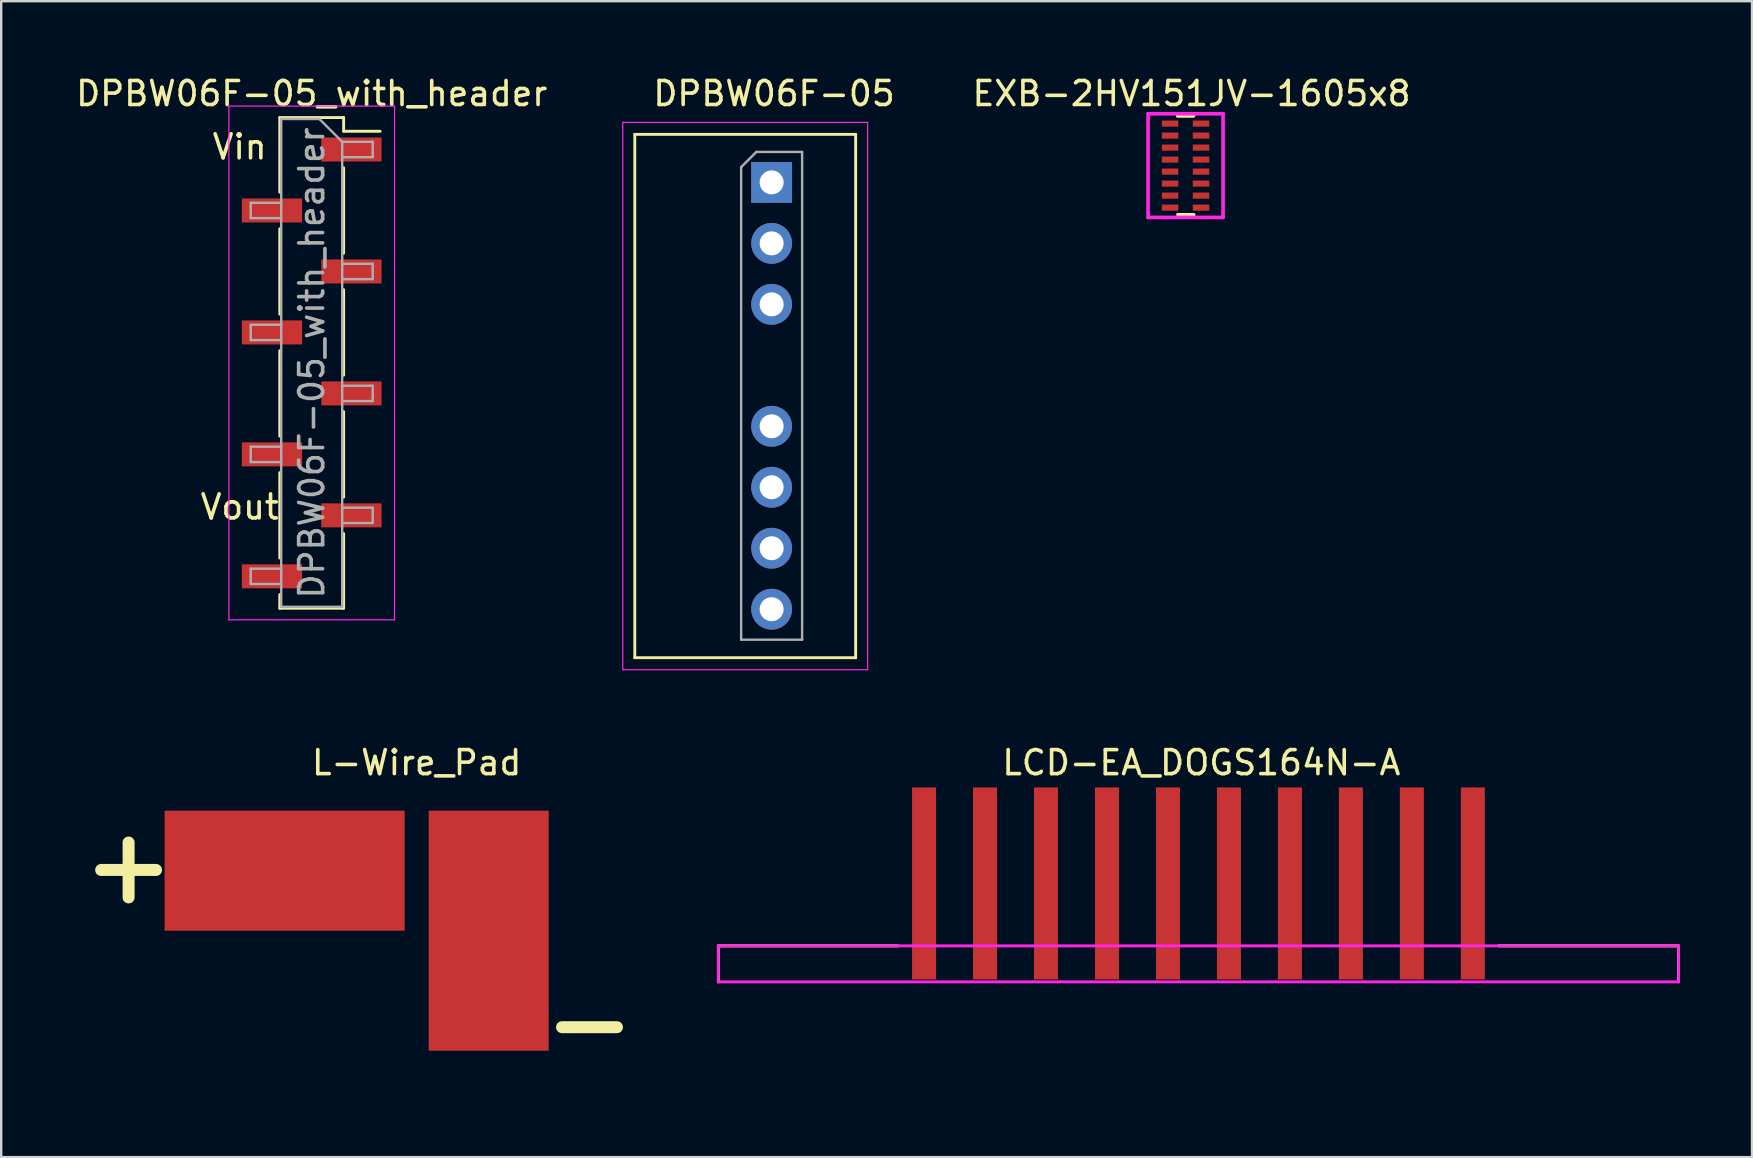
<source format=kicad_pcb>
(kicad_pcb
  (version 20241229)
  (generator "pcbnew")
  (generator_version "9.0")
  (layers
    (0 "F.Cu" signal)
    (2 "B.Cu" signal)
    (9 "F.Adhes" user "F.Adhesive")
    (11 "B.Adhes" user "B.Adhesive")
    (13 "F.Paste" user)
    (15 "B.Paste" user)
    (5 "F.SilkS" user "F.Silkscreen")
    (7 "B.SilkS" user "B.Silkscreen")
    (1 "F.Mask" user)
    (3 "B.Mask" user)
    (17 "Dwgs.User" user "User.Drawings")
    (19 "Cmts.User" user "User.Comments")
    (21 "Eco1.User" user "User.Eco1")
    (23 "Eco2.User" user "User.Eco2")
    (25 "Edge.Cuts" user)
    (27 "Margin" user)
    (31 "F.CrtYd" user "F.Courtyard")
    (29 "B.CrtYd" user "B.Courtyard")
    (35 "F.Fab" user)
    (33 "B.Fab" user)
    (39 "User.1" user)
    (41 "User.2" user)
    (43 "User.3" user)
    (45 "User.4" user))
  (footprint "LCD-EA_DOGS164N-A"
    (layer "F.Cu")
    (at 46.874 36.352)
    (property "Reference" "LCD-EA_DOGS164N-A" (at 0.12 -7.63 180) (layer "F.SilkS") (effects (font (size 1 1) (thickness 0.15))))
    (attr smd)
    (fp_line (start -20 0) (end -20 1.5) (stroke (width 0.12) (type solid)) (layer "F.SilkS"))
    (fp_line (start -12.5 0) (end -20 0) (stroke (width 0.12) (type solid)) (layer "F.SilkS"))
    (fp_line (start 12.5 0) (end 20 0) (stroke (width 0.12) (type solid)) (layer "F.SilkS"))
    (fp_line (start 20 0) (end 20 1.5) (stroke (width 0.12) (type solid)) (layer "F.SilkS"))
    (fp_line (start -20 0) (end 20 0) (stroke (width 0.12) (type solid)) (layer "F.CrtYd"))
    (fp_line (start -20 1.5) (end -20 0) (stroke (width 0.12) (type solid)) (layer "F.CrtYd"))
    (fp_line (start -20 1.5) (end 20 1.5) (stroke (width 0.12) (type solid)) (layer "F.CrtYd"))
    (fp_line (start 20 0) (end 20 1.5) (stroke (width 0.12) (type solid)) (layer "F.CrtYd"))
    (pad "11" smd rect (at -11.43 -2.6) (size 1 8) (layers "F.Cu" "F.Mask" "F.Paste"))
    (pad "12" smd rect (at -8.89 -2.6) (size 1 8) (layers "F.Cu" "F.Mask" "F.Paste"))
    (pad "13" smd rect (at -6.35 -2.6) (size 1 8) (layers "F.Cu" "F.Mask" "F.Paste"))
    (pad "14" smd rect (at -3.81 -2.6) (size 1 8) (layers "F.Cu" "F.Mask" "F.Paste"))
    (pad "15" smd rect (at -1.27 -2.6) (size 1 8) (layers "F.Cu" "F.Mask" "F.Paste"))
    (pad "16" smd rect (at 1.27 -2.6) (size 1 8) (layers "F.Cu" "F.Mask" "F.Paste"))
    (pad "17" smd rect (at 3.81 -2.6) (size 1 8) (layers "F.Cu" "F.Mask" "F.Paste"))
    (pad "18" smd rect (at 6.35 -2.6) (size 1 8) (layers "F.Cu" "F.Mask" "F.Paste"))
    (pad "19" smd rect (at 8.89 -2.6) (size 1 8) (layers "F.Cu" "F.Mask" "F.Paste"))
    (pad "20" smd rect (at 11.43 -2.6) (size 1 8) (layers "F.Cu" "F.Mask" "F.Paste")))
  (footprint "EXB-2HV151JV-1605x8"
    (layer "F.Cu")
    (at 46.337 3.848)
    (property "Reference" "EXB-2HV151JV-1605x8" (at 0.25 -3 0) (layer "F.SilkS") (effects (font (size 1 1) (thickness 0.15))))
    (attr through_hole)
    (fp_line (start -0.316 2.05) (end 0.34 2.05) (stroke (width 0.152) (type solid)) (layer "F.SilkS"))
    (fp_line (start 0.328 -2.07) (end -0.328 -2.07) (stroke (width 0.152) (type solid)) (layer "F.SilkS"))
    (fp_line (start -1.562 -2.159) (end 1.562 -2.159) (stroke (width 0.152) (type solid)) (layer "F.CrtYd"))
    (fp_line (start -1.562 2.159) (end -1.562 -2.159) (stroke (width 0.152) (type solid)) (layer "F.CrtYd"))
    (fp_line (start 1.562 -2.159) (end 1.562 2.159) (stroke (width 0.152) (type solid)) (layer "F.CrtYd"))
    (fp_line (start 1.562 2.159) (end -1.562 2.159) (stroke (width 0.152) (type solid)) (layer "F.CrtYd"))
    (pad "1" smd rect (at -0.645 -1.75) (size 0.686 0.254) (layers "F.Cu" "F.Mask" "F.Paste"))
    (pad "2" smd rect (at -0.645 -1.25) (size 0.686 0.254) (layers "F.Cu" "F.Mask" "F.Paste"))
    (pad "3" smd rect (at -0.645 -0.75) (size 0.686 0.254) (layers "F.Cu" "F.Mask" "F.Paste"))
    (pad "4" smd rect (at -0.645 -0.25) (size 0.686 0.254) (layers "F.Cu" "F.Mask" "F.Paste"))
    (pad "5" smd rect (at -0.645 0.25) (size 0.686 0.254) (layers "F.Cu" "F.Mask" "F.Paste"))
    (pad "6" smd rect (at -0.645 0.75) (size 0.686 0.254) (layers "F.Cu" "F.Mask" "F.Paste"))
    (pad "7" smd rect (at -0.645 1.25) (size 0.686 0.254) (layers "F.Cu" "F.Mask" "F.Paste"))
    (pad "8" smd rect (at -0.645 1.75) (size 0.686 0.254) (layers "F.Cu" "F.Mask" "F.Paste"))
    (pad "9" smd rect (at 0.645 1.75) (size 0.686 0.254) (layers "F.Cu" "F.Mask" "F.Paste"))
    (pad "10" smd rect (at 0.645 1.25) (size 0.686 0.254) (layers "F.Cu" "F.Mask" "F.Paste"))
    (pad "11" smd rect (at 0.645 0.75) (size 0.686 0.254) (layers "F.Cu" "F.Mask" "F.Paste"))
    (pad "12" smd rect (at 0.645 0.25) (size 0.686 0.254) (layers "F.Cu" "F.Mask" "F.Paste"))
    (pad "13" smd rect (at 0.645 -0.25) (size 0.686 0.254) (layers "F.Cu" "F.Mask" "F.Paste"))
    (pad "14" smd rect (at 0.645 -0.75) (size 0.686 0.254) (layers "F.Cu" "F.Mask" "F.Paste"))
    (pad "15" smd rect (at 0.645 -1.25) (size 0.686 0.254) (layers "F.Cu" "F.Mask" "F.Paste"))
    (pad "16" smd rect (at 0.645 -1.75) (size 0.686 0.254) (layers "F.Cu" "F.Mask" "F.Paste")))
  (footprint "DPBW06F-05"
    (layer "F.Cu")
    (at 29.094 4.548)
    (property "Reference" "DPBW06F-05" (at 0.1 -3.7 0) (layer "F.SilkS") (effects (font (size 1 1) (thickness 0.15))))
    (attr through_hole)
    (fp_line (start -5.7 19.8) (end -5.7 -2) (stroke (width 0.12) (type solid)) (layer "F.SilkS"))
    (fp_line (start 3.5 -2) (end -5.7 -2) (stroke (width 0.12) (type solid)) (layer "F.SilkS"))
    (fp_line (start 3.5 19.8) (end -5.7 19.8) (stroke (width 0.12) (type solid)) (layer "F.SilkS"))
    (fp_line (start 3.5 19.8) (end 3.5 -2) (stroke (width 0.12) (type solid)) (layer "F.SilkS"))
    (fp_line (start -6.2 -2.5) (end 4 -2.5) (stroke (width 0.05) (type solid)) (layer "F.CrtYd"))
    (fp_line (start -6.2 20.3) (end -6.2 -2.5) (stroke (width 0.05) (type solid)) (layer "F.CrtYd"))
    (fp_line (start -6.2 20.3) (end 4 20.3) (stroke (width 0.05) (type solid)) (layer "F.CrtYd"))
    (fp_line (start 4 20.3) (end 4 -2.5) (stroke (width 0.05) (type solid)) (layer "F.CrtYd"))
    (fp_line (start -1.27 -0.635) (end -0.635 -1.27) (stroke (width 0.1) (type solid)) (layer "F.Fab"))
    (fp_line (start -1.27 19.05) (end -1.27 -0.635) (stroke (width 0.1) (type solid)) (layer "F.Fab"))
    (fp_line (start -0.635 -1.27) (end 1.27 -1.27) (stroke (width 0.1) (type solid)) (layer "F.Fab"))
    (fp_line (start 1.27 -1.27) (end 1.27 19.05) (stroke (width 0.1) (type solid)) (layer "F.Fab"))
    (fp_line (start 1.27 19.05) (end -1.27 19.05) (stroke (width 0.1) (type solid)) (layer "F.Fab"))
    (pad "1" thru_hole rect (at 0 0) (size 1.7 1.7) (drill 1) (layers "*.Cu" "*.Mask"))
    (pad "2" thru_hole oval (at 0 2.54) (size 1.7 1.7) (drill 1) (layers "*.Cu" "*.Mask"))
    (pad "3" thru_hole oval (at 0 5.08) (size 1.7 1.7) (drill 1) (layers "*.Cu" "*.Mask"))
    (pad "5" thru_hole oval (at 0 10.16) (size 1.7 1.7) (drill 1) (layers "*.Cu" "*.Mask"))
    (pad "6" thru_hole oval (at 0 12.7) (size 1.7 1.7) (drill 1) (layers "*.Cu" "*.Mask"))
    (pad "7" thru_hole oval (at 0 15.24) (size 1.7 1.7) (drill 1) (layers "*.Cu" "*.Mask"))
    (pad "8" thru_hole oval (at 0 17.78) (size 1.7 1.7) (drill 1) (layers "*.Cu" "*.Mask")))
  (footprint "DPBW06F-05_with_header"
    (layer "F.Cu")
    (at 9.935 12.068)
    (property "Reference" "DPBW06F-05_with_header" (at 0 -11.22 0) (layer "F.SilkS") (effects (font (size 1 1) (thickness 0.15))))
    (attr smd)
    (fp_line (start -1.33 -10.22) (end -1.33 -7.11) (stroke (width 0.12) (type solid)) (layer "F.SilkS"))
    (fp_line (start -1.33 -10.22) (end 1.33 -10.22) (stroke (width 0.12) (type solid)) (layer "F.SilkS"))
    (fp_line (start -1.33 -5.59) (end -1.33 -2.03) (stroke (width 0.12) (type solid)) (layer "F.SilkS"))
    (fp_line (start -1.33 -0.51) (end -1.33 3.05) (stroke (width 0.12) (type solid)) (layer "F.SilkS"))
    (fp_line (start -1.33 4.57) (end -1.33 8.13) (stroke (width 0.12) (type solid)) (layer "F.SilkS"))
    (fp_line (start -1.33 9.65) (end -1.33 10.22) (stroke (width 0.12) (type solid)) (layer "F.SilkS"))
    (fp_line (start -1.33 10.22) (end 1.33 10.22) (stroke (width 0.12) (type solid)) (layer "F.SilkS"))
    (fp_line (start 1.33 -10.22) (end 1.33 -9.65) (stroke (width 0.12) (type solid)) (layer "F.SilkS"))
    (fp_line (start 1.33 -9.65) (end 2.85 -9.65) (stroke (width 0.12) (type solid)) (layer "F.SilkS"))
    (fp_line (start 1.33 -8.13) (end 1.33 -4.57) (stroke (width 0.12) (type solid)) (layer "F.SilkS"))
    (fp_line (start 1.33 -3.05) (end 1.33 0.51) (stroke (width 0.12) (type solid)) (layer "F.SilkS"))
    (fp_line (start 1.33 2.03) (end 1.33 5.59) (stroke (width 0.12) (type solid)) (layer "F.SilkS"))
    (fp_line (start 1.33 7.11) (end 1.33 10.22) (stroke (width 0.12) (type solid)) (layer "F.SilkS"))
    (fp_line (start -3.45 -10.7) (end -3.45 10.7) (stroke (width 0.05) (type solid)) (layer "F.CrtYd"))
    (fp_line (start -3.45 10.7) (end 3.45 10.7) (stroke (width 0.05) (type solid)) (layer "F.CrtYd"))
    (fp_line (start 3.45 -10.7) (end -3.45 -10.7) (stroke (width 0.05) (type solid)) (layer "F.CrtYd"))
    (fp_line (start 3.45 10.7) (end 3.45 -10.7) (stroke (width 0.05) (type solid)) (layer "F.CrtYd"))
    (fp_line (start -2.54 -6.67) (end -2.54 -6.03) (stroke (width 0.1) (type solid)) (layer "F.Fab"))
    (fp_line (start -2.54 -6.03) (end -1.27 -6.03) (stroke (width 0.1) (type solid)) (layer "F.Fab"))
    (fp_line (start -2.54 -1.59) (end -2.54 -0.95) (stroke (width 0.1) (type solid)) (layer "F.Fab"))
    (fp_line (start -2.54 -0.95) (end -1.27 -0.95) (stroke (width 0.1) (type solid)) (layer "F.Fab"))
    (fp_line (start -2.54 3.49) (end -2.54 4.13) (stroke (width 0.1) (type solid)) (layer "F.Fab"))
    (fp_line (start -2.54 4.13) (end -1.27 4.13) (stroke (width 0.1) (type solid)) (layer "F.Fab"))
    (fp_line (start -2.54 8.57) (end -2.54 9.21) (stroke (width 0.1) (type solid)) (layer "F.Fab"))
    (fp_line (start -2.54 9.21) (end -1.27 9.21) (stroke (width 0.1) (type solid)) (layer "F.Fab"))
    (fp_line (start -1.27 -10.16) (end -1.27 10.16) (stroke (width 0.1) (type solid)) (layer "F.Fab"))
    (fp_line (start -1.27 -10.16) (end 0.32 -10.16) (stroke (width 0.1) (type solid)) (layer "F.Fab"))
    (fp_line (start -1.27 -6.67) (end -2.54 -6.67) (stroke (width 0.1) (type solid)) (layer "F.Fab"))
    (fp_line (start -1.27 -1.59) (end -2.54 -1.59) (stroke (width 0.1) (type solid)) (layer "F.Fab"))
    (fp_line (start -1.27 3.49) (end -2.54 3.49) (stroke (width 0.1) (type solid)) (layer "F.Fab"))
    (fp_line (start -1.27 8.57) (end -2.54 8.57) (stroke (width 0.1) (type solid)) (layer "F.Fab"))
    (fp_line (start 1.27 -9.21) (end 0.32 -10.16) (stroke (width 0.1) (type solid)) (layer "F.Fab"))
    (fp_line (start 1.27 -9.21) (end 2.54 -9.21) (stroke (width 0.1) (type solid)) (layer "F.Fab"))
    (fp_line (start 1.27 -4.13) (end 2.54 -4.13) (stroke (width 0.1) (type solid)) (layer "F.Fab"))
    (fp_line (start 1.27 0.95) (end 2.54 0.95) (stroke (width 0.1) (type solid)) (layer "F.Fab"))
    (fp_line (start 1.27 6.03) (end 2.54 6.03) (stroke (width 0.1) (type solid)) (layer "F.Fab"))
    (fp_line (start 1.27 10.16) (end -1.27 10.16) (stroke (width 0.1) (type solid)) (layer "F.Fab"))
    (fp_line (start 1.27 10.16) (end 1.27 -9.21) (stroke (width 0.1) (type solid)) (layer "F.Fab"))
    (fp_line (start 2.54 -9.21) (end 2.54 -8.57) (stroke (width 0.1) (type solid)) (layer "F.Fab"))
    (fp_line (start 2.54 -8.57) (end 1.27 -8.57) (stroke (width 0.1) (type solid)) (layer "F.Fab"))
    (fp_line (start 2.54 -4.13) (end 2.54 -3.49) (stroke (width 0.1) (type solid)) (layer "F.Fab"))
    (fp_line (start 2.54 -3.49) (end 1.27 -3.49) (stroke (width 0.1) (type solid)) (layer "F.Fab"))
    (fp_line (start 2.54 0.95) (end 2.54 1.59) (stroke (width 0.1) (type solid)) (layer "F.Fab"))
    (fp_line (start 2.54 1.59) (end 1.27 1.59) (stroke (width 0.1) (type solid)) (layer "F.Fab"))
    (fp_line (start 2.54 6.03) (end 2.54 6.67) (stroke (width 0.1) (type solid)) (layer "F.Fab"))
    (fp_line (start 2.54 6.67) (end 1.27 6.67) (stroke (width 0.1) (type solid)) (layer "F.Fab"))
    (fp_text user "Vin" (at -3 -9 0) (layer "F.SilkS") (effects (font (size 1 1) (thickness 0.15))))
    (fp_text user "Vout" (at -3 6 0) (layer "F.SilkS") (effects (font (size 1 1) (thickness 0.15))))
    (fp_text user "${REFERENCE}" (at 0 0 90) (layer "F.Fab") (effects (font (size 1 1) (thickness 0.15))))
    (pad "1" smd rect (at 1.655 -8.89) (size 2.51 1) (layers "F.Cu" "F.Mask" "F.Paste"))
    (pad "2" smd rect (at -1.655 -6.35) (size 2.51 1) (layers "F.Cu" "F.Mask" "F.Paste"))
    (pad "3" smd rect (at 1.655 -3.81) (size 2.51 1) (layers "F.Cu" "F.Mask" "F.Paste"))
    (pad "4" smd rect (at -1.655 -1.27) (size 2.51 1) (layers "F.Cu" "F.Mask" "F.Paste"))
    (pad "5" smd rect (at 1.655 1.27) (size 2.51 1) (layers "F.Cu" "F.Mask" "F.Paste"))
    (pad "6" smd rect (at -1.655 3.81) (size 2.51 1) (layers "F.Cu" "F.Mask" "F.Paste"))
    (pad "7" smd rect (at 1.655 6.35) (size 2.51 1) (layers "F.Cu" "F.Mask" "F.Paste"))
    (pad "8" smd rect (at -1.655 8.89) (size 2.51 1) (layers "F.Cu" "F.Mask" "F.Paste")))
  (footprint "L-Wire_Pad"
    (layer "F.Cu")
    (at 14.307 30.721)
    (property "Reference" "L-Wire_Pad" (at 0 -2 0) (layer "F.SilkS") (effects (font (size 1 1) (thickness 0.15))))
    (attr through_hole)
    (fp_text user "-" (at 7.2 8.8 0) (layer "F.SilkS") (effects (font (size 3 3) (thickness 0.5))))
    (fp_text user "+" (at -12 2.25 0) (layer "F.SilkS") (effects (font (size 3 3) (thickness 0.5))))
    (pad "1" smd rect (at -5.5 2.5) (size 10 5) (layers "F.Cu" "F.Mask" "F.Paste"))
    (pad "2" smd rect (at 3 5) (size 5 10) (layers "F.Cu" "F.Mask" "F.Paste")))
  (gr_rect
    (start -3 -3)
    (end 69.934 45.154)
    (stroke (width 0.1) (type default))
    (fill no)
    (layer "Edge.Cuts")))
</source>
